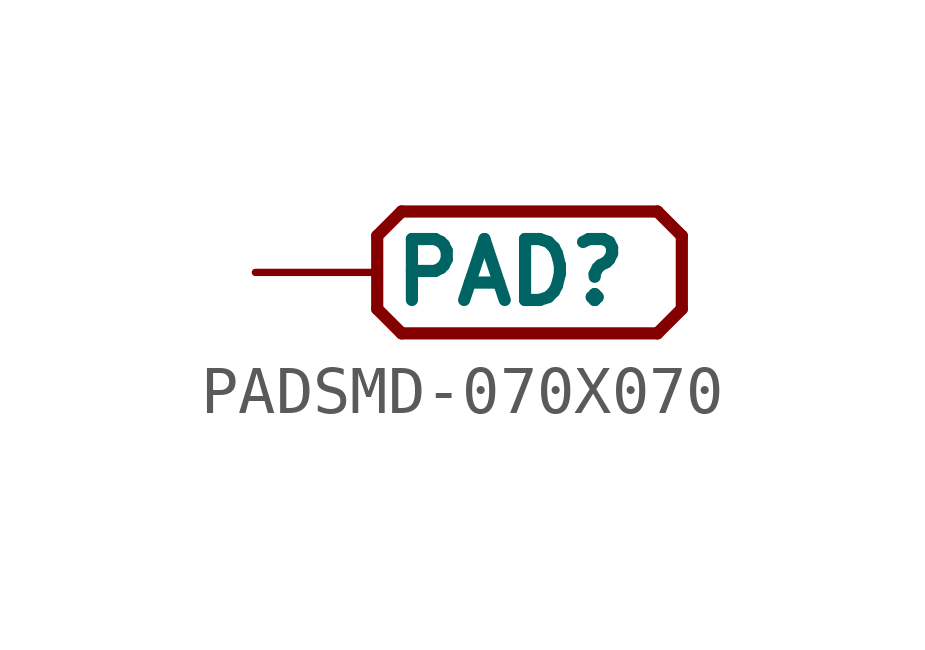
<source format=kicad_sym>
(kicad_symbol_lib
  (version 20211014)
  (generator kicad_symbol_editor)
  (symbol "PADSMD-070X070"
    (property "Reference" "PAD"
      (at -2.286 0 0)
      (effects (font (size 1.27 1.27) bold) (justify left)))
    (property "ki_locked" ""
      (at 0 0 0)
      (effects (font (size 1.27 1.27))))
    (symbol "PADSMD-070X070_1_0"
      (polyline (pts (xy -2.54 -0.762) (xy -2.54 0.762)) (stroke (width 0.254) (type default) (color 0 0 0 0)) (fill (type none)))
      (polyline (pts (xy -2.54 0.762) (xy -2.032 1.27)) (stroke (width 0.254) (type default) (color 0 0 0 0)) (fill (type none)))
      (polyline (pts (xy -2.032 -1.27) (xy -2.54 -0.762)) (stroke (width 0.254) (type default) (color 0 0 0 0)) (fill (type none)))
      (polyline (pts (xy -2.032 1.27) (xy 3.302 1.27)) (stroke (width 0.254) (type default) (color 0 0 0 0)) (fill (type none)))
      (polyline (pts (xy 3.302 -1.27) (xy -2.032 -1.27)) (stroke (width 0.254) (type default) (color 0 0 0 0)) (fill (type none)))
      (polyline (pts (xy 3.302 1.27) (xy 3.81 0.762)) (stroke (width 0.254) (type default) (color 0 0 0 0)) (fill (type none)))
      (polyline (pts (xy 3.81 -0.762) (xy 3.302 -1.27)) (stroke (width 0.254) (type default) (color 0 0 0 0)) (fill (type none)))
      (polyline (pts (xy 3.81 0.762) (xy 3.81 -0.762)) (stroke (width 0.254) (type default) (color 0 0 0 0)) (fill (type none)))
      (pin bidirectional line (at -5.08 0 0) (length 2.54) (name "PAD" (effects (font (size 0 0)))) (number "1" (effects (font (size 0 0))))))))
</source>
